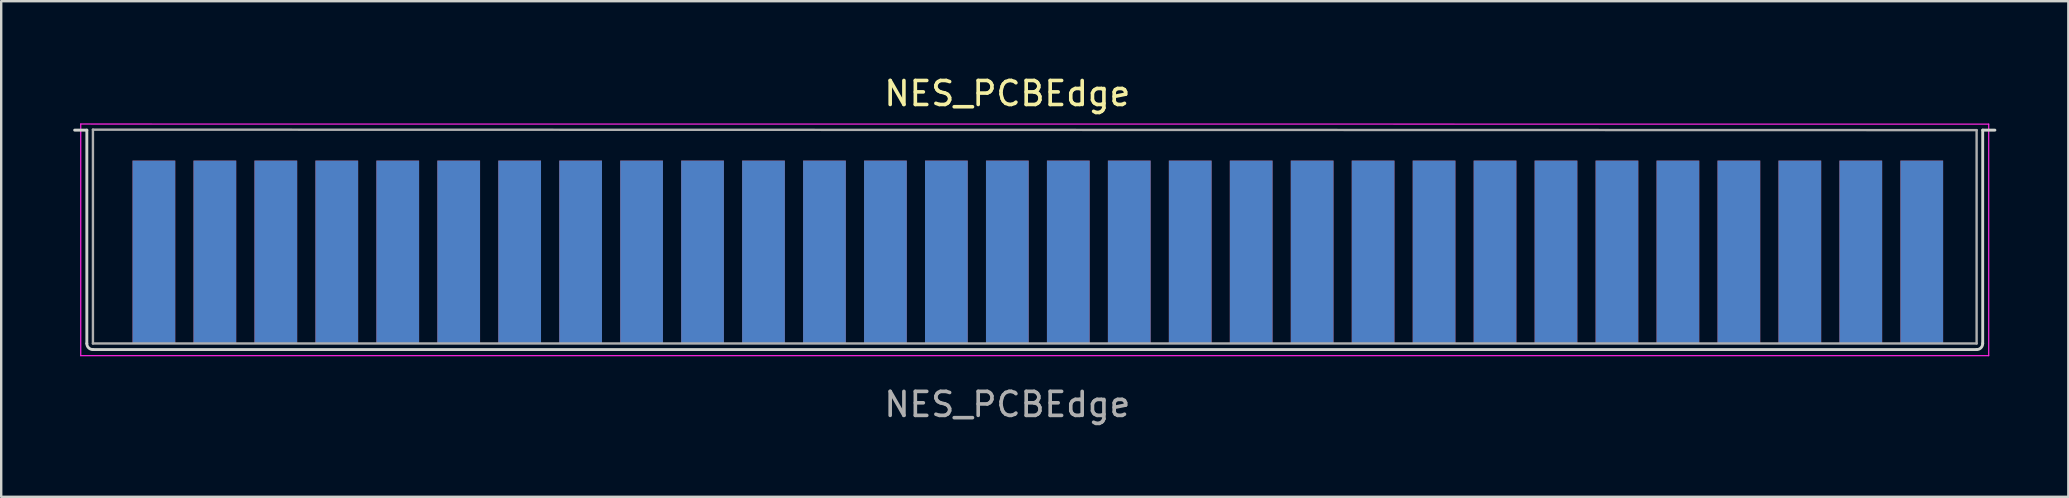
<source format=kicad_pcb>
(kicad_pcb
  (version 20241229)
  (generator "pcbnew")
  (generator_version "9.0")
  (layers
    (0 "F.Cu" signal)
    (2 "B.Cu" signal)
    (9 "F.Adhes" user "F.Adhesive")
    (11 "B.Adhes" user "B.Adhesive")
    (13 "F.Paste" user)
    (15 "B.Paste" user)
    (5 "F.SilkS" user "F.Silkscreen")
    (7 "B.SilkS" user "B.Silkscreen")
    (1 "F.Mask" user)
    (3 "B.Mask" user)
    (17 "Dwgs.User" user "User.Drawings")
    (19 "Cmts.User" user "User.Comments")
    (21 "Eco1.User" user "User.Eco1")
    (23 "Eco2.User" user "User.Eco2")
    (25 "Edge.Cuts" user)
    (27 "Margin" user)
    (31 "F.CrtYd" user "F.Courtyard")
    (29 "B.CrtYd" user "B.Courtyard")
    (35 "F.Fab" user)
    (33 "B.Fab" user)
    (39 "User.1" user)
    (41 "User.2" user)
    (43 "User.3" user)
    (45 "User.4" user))
  (footprint "NES_PCBEdge"
    (layer "F.Cu")
    (at 38.922 7.452)
    (property "Reference" "NES_PCBEdge" (at 0 -6.604 180) (layer "F.SilkS") (effects (font (size 1 1) (thickness 0.15))))
    (attr exclude_from_pos_files)
    (fp_line (start -38.862 -5.08) (end -38.354 -5.08) (stroke (width 0.12) (type solid)) (layer "Edge.Cuts"))
    (fp_line (start -38.354 -5.08) (end -38.354 3.81) (stroke (width 0.12) (type solid)) (layer "Edge.Cuts"))
    (fp_line (start 40.386 4.064) (end -38.1 4.064) (stroke (width 0.12) (type solid)) (layer "Edge.Cuts"))
    (fp_line (start 40.64 -5.08) (end 41.148 -5.08) (stroke (width 0.12) (type solid)) (layer "Edge.Cuts"))
    (fp_line (start 40.64 3.81) (end 40.64 -5.08) (stroke (width 0.12) (type solid)) (layer "Edge.Cuts"))
    (fp_arc (start -38.1 4.064) (mid -38.279605 3.989605) (end -38.354 3.81) (stroke (width 0.12) (type default)) (layer "Edge.Cuts"))
    (fp_arc (start 40.64 3.81) (mid 40.565605 3.989605) (end 40.386 4.064) (stroke (width 0.12) (type default)) (layer "Edge.Cuts"))
    (fp_line (start -38.608 -5.334) (end 40.89 -5.33) (stroke (width 0.05) (type solid)) (layer "F.CrtYd"))
    (fp_line (start -38.608 4.318) (end -38.608 -5.334) (stroke (width 0.05) (type solid)) (layer "F.CrtYd"))
    (fp_line (start 40.89 4.318) (end -38.608 4.318) (stroke (width 0.05) (type solid)) (layer "F.CrtYd"))
    (fp_line (start 40.89 4.318) (end 40.89 -5.33) (stroke (width 0.05) (type solid)) (layer "F.CrtYd"))
    (fp_line (start -38.1 -5.1) (end 40.386 -5.08) (stroke (width 0.1) (type solid)) (layer "F.Fab"))
    (fp_line (start -38.1 3.81) (end -38.1 -5.1) (stroke (width 0.1) (type solid)) (layer "F.Fab"))
    (fp_line (start 40.386 -5.08) (end 40.386 3.81) (stroke (width 0.1) (type solid)) (layer "F.Fab"))
    (fp_line (start 40.386 3.81) (end -38.1 3.81) (stroke (width 0.1) (type solid)) (layer "F.Fab"))
    (fp_text user "${REFERENCE}" (at 0 6.35 180) (layer "F.Fab") (effects (font (size 1 1) (thickness 0.15))))
    (pad "1" connect rect (at 38.1 0) (size 1.78 7.62) (layers "B.Cu" "B.Mask"))
    (pad "2" connect rect (at 38.1 0) (size 1.78 7.62) (layers "F.Cu" "F.Mask"))
    (pad "3" connect rect (at 35.56 0) (size 1.78 7.62) (layers "B.Cu" "B.Mask"))
    (pad "4" connect rect (at 35.56 0) (size 1.78 7.62) (layers "F.Cu" "F.Mask"))
    (pad "5" connect rect (at 33.02 0) (size 1.78 7.62) (layers "B.Cu" "B.Mask"))
    (pad "6" connect rect (at 33.02 0) (size 1.78 7.62) (layers "F.Cu" "F.Mask"))
    (pad "7" connect rect (at 30.48 0) (size 1.78 7.62) (layers "B.Cu" "B.Mask"))
    (pad "8" connect rect (at 30.48 0) (size 1.78 7.62) (layers "F.Cu" "F.Mask"))
    (pad "9" connect rect (at 27.94 0) (size 1.78 7.62) (layers "B.Cu" "B.Mask"))
    (pad "10" connect rect (at 27.94 0) (size 1.78 7.62) (layers "F.Cu" "F.Mask"))
    (pad "11" connect rect (at 25.4 0) (size 1.78 7.62) (layers "B.Cu" "B.Mask"))
    (pad "12" connect rect (at 25.4 0) (size 1.78 7.62) (layers "F.Cu" "F.Mask"))
    (pad "13" connect rect (at 22.86 0) (size 1.78 7.62) (layers "B.Cu" "B.Mask"))
    (pad "14" connect rect (at 22.86 0) (size 1.78 7.62) (layers "F.Cu" "F.Mask"))
    (pad "15" connect rect (at 20.32 0) (size 1.78 7.62) (layers "B.Cu" "B.Mask"))
    (pad "16" connect rect (at 20.32 0) (size 1.78 7.62) (layers "F.Cu" "F.Mask"))
    (pad "17" connect rect (at 17.78 0) (size 1.78 7.62) (layers "B.Cu" "B.Mask"))
    (pad "18" connect rect (at 17.78 0) (size 1.78 7.62) (layers "F.Cu" "F.Mask"))
    (pad "19" connect rect (at 15.24 0) (size 1.78 7.62) (layers "B.Cu" "B.Mask"))
    (pad "20" connect rect (at 15.24 0) (size 1.78 7.62) (layers "F.Cu" "F.Mask"))
    (pad "21" connect rect (at 12.7 0) (size 1.78 7.62) (layers "B.Cu" "B.Mask"))
    (pad "22" connect rect (at 12.7 0) (size 1.78 7.62) (layers "F.Cu" "F.Mask"))
    (pad "23" connect rect (at 10.16 0) (size 1.78 7.62) (layers "B.Cu" "B.Mask"))
    (pad "24" connect rect (at 10.16 0) (size 1.78 7.62) (layers "F.Cu" "F.Mask"))
    (pad "25" connect rect (at 7.62 0) (size 1.78 7.62) (layers "B.Cu" "B.Mask"))
    (pad "26" connect rect (at 7.62 0) (size 1.78 7.62) (layers "F.Cu" "F.Mask"))
    (pad "27" connect rect (at 5.08 0) (size 1.78 7.62) (layers "B.Cu" "B.Mask"))
    (pad "28" connect rect (at 5.08 0) (size 1.78 7.62) (layers "F.Cu" "F.Mask"))
    (pad "29" connect rect (at 2.54 0) (size 1.78 7.62) (layers "B.Cu" "B.Mask"))
    (pad "30" connect rect (at 2.54 0) (size 1.78 7.62) (layers "F.Cu" "F.Mask"))
    (pad "31" connect rect (at 0 0) (size 1.78 7.62) (layers "B.Cu" "B.Mask"))
    (pad "32" connect rect (at 0 0) (size 1.78 7.62) (layers "F.Cu" "F.Mask"))
    (pad "33" connect rect (at -2.54 0) (size 1.78 7.62) (layers "B.Cu" "B.Mask"))
    (pad "34" connect rect (at -2.54 0) (size 1.78 7.62) (layers "F.Cu" "F.Mask"))
    (pad "35" connect rect (at -5.08 0) (size 1.78 7.62) (layers "B.Cu" "B.Mask"))
    (pad "36" connect rect (at -5.08 0) (size 1.78 7.62) (layers "F.Cu" "F.Mask"))
    (pad "37" connect rect (at -7.62 0) (size 1.78 7.62) (layers "B.Cu" "B.Mask"))
    (pad "38" connect rect (at -7.62 0) (size 1.78 7.62) (layers "F.Cu" "F.Mask"))
    (pad "39" connect rect (at -10.16 0) (size 1.78 7.62) (layers "B.Cu" "B.Mask"))
    (pad "40" connect rect (at -10.16 0) (size 1.78 7.62) (layers "F.Cu" "F.Mask"))
    (pad "41" connect rect (at -12.7 0) (size 1.78 7.62) (layers "B.Cu" "B.Mask"))
    (pad "42" connect rect (at -12.7 0) (size 1.78 7.62) (layers "F.Cu" "F.Mask"))
    (pad "43" connect rect (at -15.24 0) (size 1.78 7.62) (layers "B.Cu" "B.Mask"))
    (pad "44" connect rect (at -15.24 0) (size 1.78 7.62) (layers "F.Cu" "F.Mask"))
    (pad "45" connect rect (at -17.78 0) (size 1.78 7.62) (layers "B.Cu" "B.Mask"))
    (pad "46" connect rect (at -17.78 0) (size 1.78 7.62) (layers "F.Cu" "F.Mask"))
    (pad "47" connect rect (at -20.32 0) (size 1.78 7.62) (layers "B.Cu" "B.Mask"))
    (pad "48" connect rect (at -20.32 0) (size 1.78 7.62) (layers "F.Cu" "F.Mask"))
    (pad "49" connect rect (at -22.86 0) (size 1.78 7.62) (layers "B.Cu" "B.Mask"))
    (pad "50" connect rect (at -22.86 0) (size 1.78 7.62) (layers "F.Cu" "F.Mask"))
    (pad "51" connect rect (at -25.4 0) (size 1.78 7.62) (layers "B.Cu" "B.Mask"))
    (pad "52" connect rect (at -25.4 0) (size 1.78 7.62) (layers "F.Cu" "F.Mask"))
    (pad "53" connect rect (at -27.94 0) (size 1.78 7.62) (layers "B.Cu" "B.Mask"))
    (pad "54" connect rect (at -27.94 0) (size 1.78 7.62) (layers "F.Cu" "F.Mask"))
    (pad "55" connect rect (at -30.48 0) (size 1.78 7.62) (layers "B.Cu" "B.Mask"))
    (pad "56" connect rect (at -30.48 0) (size 1.78 7.62) (layers "F.Cu" "F.Mask"))
    (pad "57" connect rect (at -33.02 0) (size 1.78 7.62) (layers "B.Cu" "B.Mask"))
    (pad "58" connect rect (at -33.02 0) (size 1.78 7.62) (layers "F.Cu" "F.Mask"))
    (pad "59" connect rect (at -35.56 0) (size 1.78 7.62) (layers "B.Cu" "B.Mask"))
    (pad "60" connect rect (at -35.56 0) (size 1.78 7.62) (layers "F.Cu" "F.Mask")))
  (gr_rect
    (start -3 -3)
    (end 83.13 17.651)
    (stroke (width 0.1) (type default))
    (fill no)
    (layer "Edge.Cuts")))
</source>
